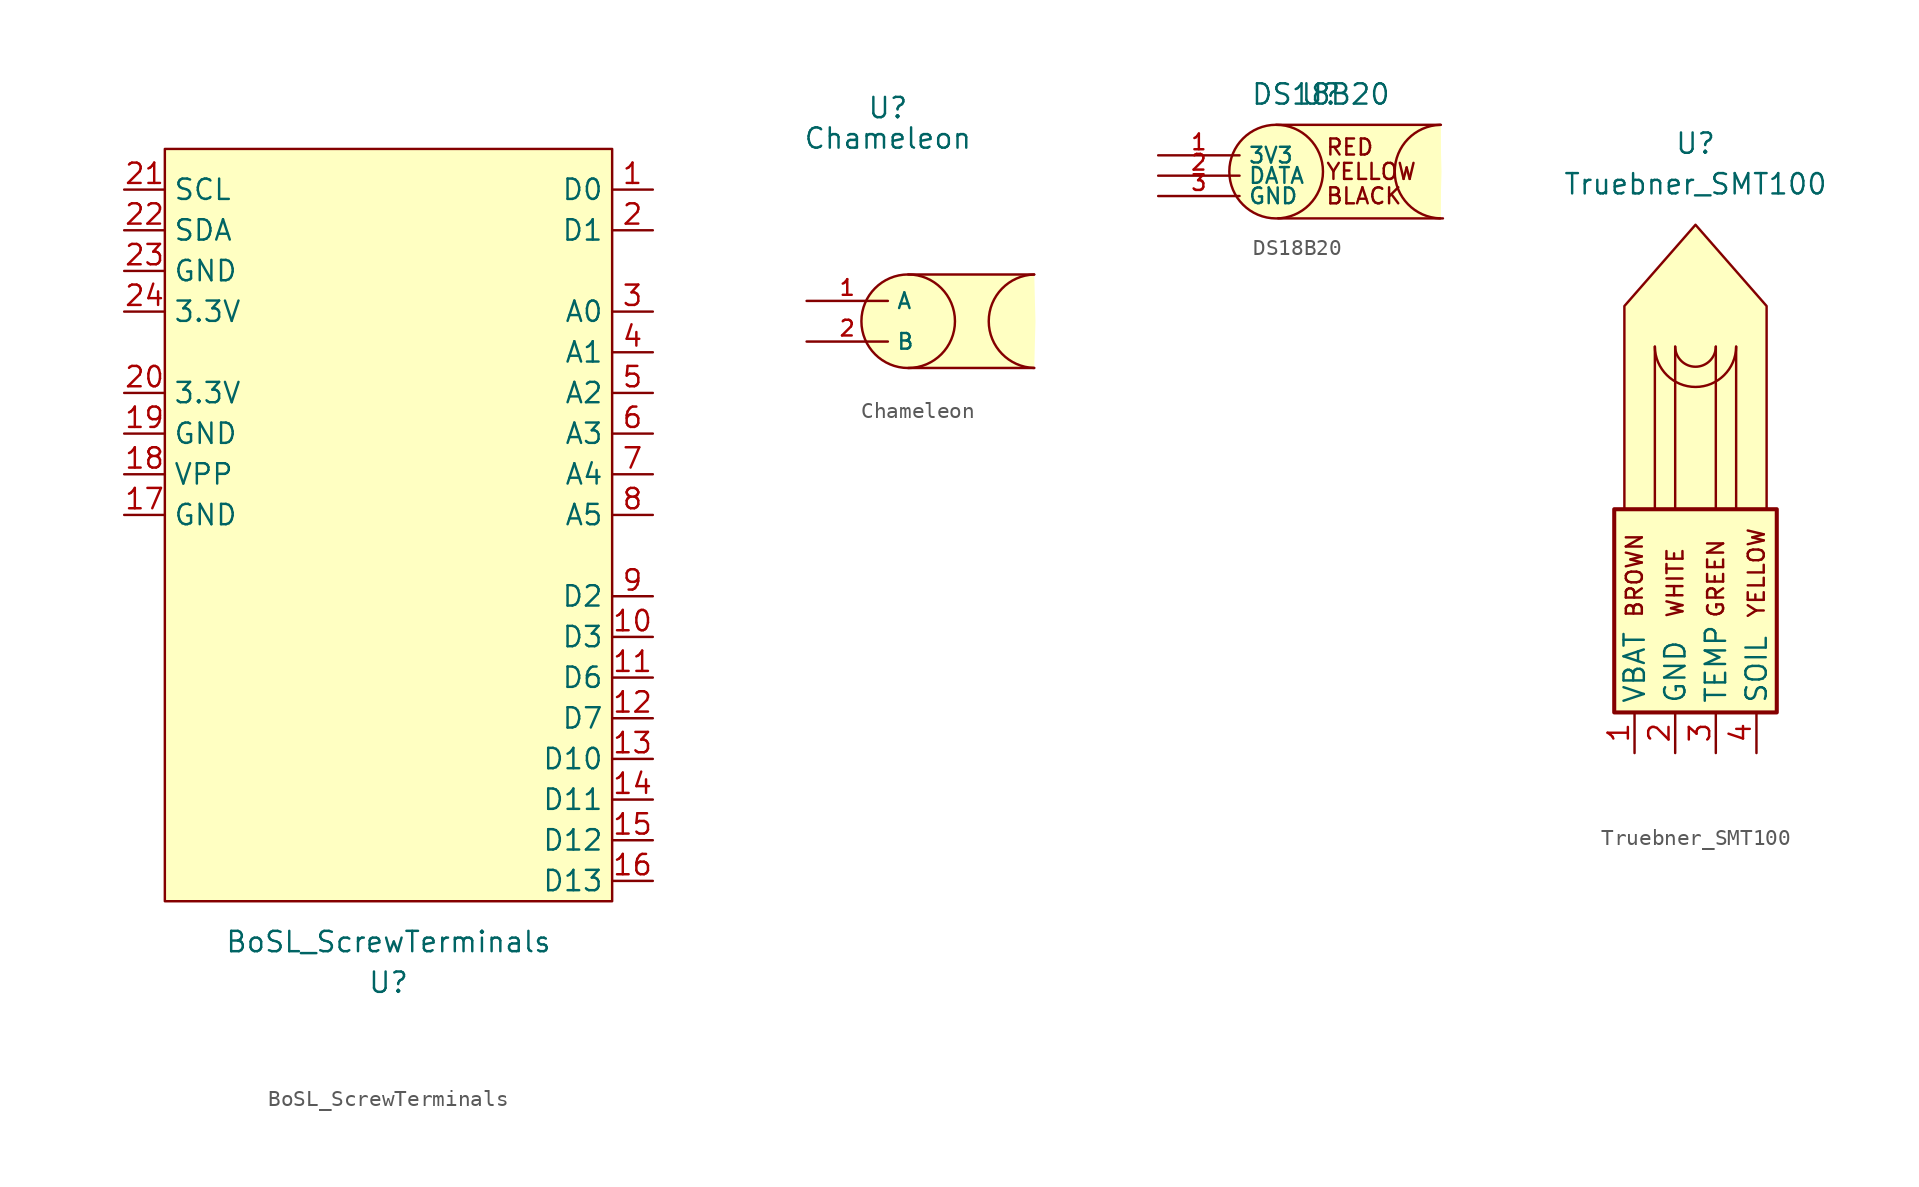
<source format=kicad_sym>
(kicad_symbol_lib
  (version 20211014)
  (generator kicad_symbol_editor)
  (symbol "BoSL_ScrewTerminals"
    (property "Reference" "U"
      (at 0 -34.29 0)
      (effects (font (size 1.27 1.27))))
    (property "Value" "BoSL_ScrewTerminals"
      (at 0 -31.75 0)
      (effects (font (size 1.27 1.27))))
    (symbol "BoSL_ScrewTerminals_0_1"
      (rectangle (start -13.97 17.78) (end 13.97 -29.21) (stroke (width 0) (type default) (color 0 0 0 0)) (fill (type background))))
    (symbol "BoSL_ScrewTerminals_1_1"
      (pin input line (at 16.51 15.24 180) (length 2.54) (name "D0" (effects (font (size 1.27 1.27)))) (number "1" (effects (font (size 1.27 1.27)))))
      (pin input line (at 16.51 -12.7 180) (length 2.54) (name "D3" (effects (font (size 1.27 1.27)))) (number "10" (effects (font (size 1.27 1.27)))))
      (pin input line (at 16.51 -15.24 180) (length 2.54) (name "D6" (effects (font (size 1.27 1.27)))) (number "11" (effects (font (size 1.27 1.27)))))
      (pin input line (at 16.51 -17.78 180) (length 2.54) (name "D7" (effects (font (size 1.27 1.27)))) (number "12" (effects (font (size 1.27 1.27)))))
      (pin input line (at 16.51 -20.32 180) (length 2.54) (name "D10" (effects (font (size 1.27 1.27)))) (number "13" (effects (font (size 1.27 1.27)))))
      (pin input line (at 16.51 -22.86 180) (length 2.54) (name "D11" (effects (font (size 1.27 1.27)))) (number "14" (effects (font (size 1.27 1.27)))))
      (pin input line (at 16.51 -25.4 180) (length 2.54) (name "D12" (effects (font (size 1.27 1.27)))) (number "15" (effects (font (size 1.27 1.27)))))
      (pin input line (at 16.51 -27.94 180) (length 2.54) (name "D13" (effects (font (size 1.27 1.27)))) (number "16" (effects (font (size 1.27 1.27)))))
      (pin input line (at -16.51 -5.08 0) (length 2.54) (name "GND" (effects (font (size 1.27 1.27)))) (number "17" (effects (font (size 1.27 1.27)))))
      (pin input line (at -16.51 -2.54 0) (length 2.54) (name "VPP" (effects (font (size 1.27 1.27)))) (number "18" (effects (font (size 1.27 1.27)))))
      (pin input line (at -16.51 0 0) (length 2.54) (name "GND" (effects (font (size 1.27 1.27)))) (number "19" (effects (font (size 1.27 1.27)))))
      (pin input line (at 16.51 12.7 180) (length 2.54) (name "D1" (effects (font (size 1.27 1.27)))) (number "2" (effects (font (size 1.27 1.27)))))
      (pin input line (at -16.51 2.54 0) (length 2.54) (name "3.3V" (effects (font (size 1.27 1.27)))) (number "20" (effects (font (size 1.27 1.27)))))
      (pin input line (at -16.51 15.24 0) (length 2.54) (name "SCL" (effects (font (size 1.27 1.27)))) (number "21" (effects (font (size 1.27 1.27)))))
      (pin input line (at -16.51 12.7 0) (length 2.54) (name "SDA" (effects (font (size 1.27 1.27)))) (number "22" (effects (font (size 1.27 1.27)))))
      (pin input line (at -16.51 10.16 0) (length 2.54) (name "GND" (effects (font (size 1.27 1.27)))) (number "23" (effects (font (size 1.27 1.27)))))
      (pin input line (at -16.51 7.62 0) (length 2.54) (name "3.3V" (effects (font (size 1.27 1.27)))) (number "24" (effects (font (size 1.27 1.27)))))
      (pin input line (at 16.51 7.62 180) (length 2.54) (name "A0" (effects (font (size 1.27 1.27)))) (number "3" (effects (font (size 1.27 1.27)))))
      (pin input line (at 16.51 5.08 180) (length 2.54) (name "A1" (effects (font (size 1.27 1.27)))) (number "4" (effects (font (size 1.27 1.27)))))
      (pin input line (at 16.51 2.54 180) (length 2.54) (name "A2" (effects (font (size 1.27 1.27)))) (number "5" (effects (font (size 1.27 1.27)))))
      (pin input line (at 16.51 0 180) (length 2.54) (name "A3" (effects (font (size 1.27 1.27)))) (number "6" (effects (font (size 1.27 1.27)))))
      (pin input line (at 16.51 -2.54 180) (length 2.54) (name "A4" (effects (font (size 1.27 1.27)))) (number "7" (effects (font (size 1.27 1.27)))))
      (pin input line (at 16.51 -5.08 180) (length 2.54) (name "A5" (effects (font (size 1.27 1.27)))) (number "8" (effects (font (size 1.27 1.27)))))
      (pin input line (at 16.51 -10.16 180) (length 2.54) (name "D2" (effects (font (size 1.27 1.27)))) (number "9" (effects (font (size 1.27 1.27)))))))
  (symbol "Chameleon"
    (property "Reference" "U"
      (at 0 13.335 0)
      (effects (font (size 1.27 1.27))))
    (property "Value" "Chameleon"
      (at 0 11.43 0)
      (effects (font (size 1.27 1.27))))
    (symbol "Chameleon_0_1"
      (polyline (pts (xy 9.144 -2.921) (xy 1.27 -2.921)) (stroke (width 0) (type default) (color 0 0 0 0)) (fill (type none)))
      (polyline (pts (xy 9.144 2.921) (xy 1.27 2.921)) (stroke (width 0) (type default) (color 0 0 0 0)) (fill (type none)))
      (circle (center 1.27 0) (radius 2.924) (stroke (width 0) (type default) (color 0 0 0 0)) (fill (type background)))
      (rectangle (start 1.27 2.921) (end 9.144 -2.921) (stroke (width -1) (type default) (color 0 0 0 0)) (fill (type background)))
      (arc (start 9.144 2.921) (mid 6.1381 0) (end 9.144 -2.921) (stroke (width 0) (type default) (color 0 0 0 0)) (fill (type background))))
    (symbol "Chameleon_1_1"
      (pin passive line (at -5.08 1.27 0) (length 5.08) (name "A" (effects (font (size 0.98 0.98)))) (number "1" (effects (font (size 0.98 0.98)))))
      (pin passive line (at -5.08 -1.27 0) (length 5.08) (name "B" (effects (font (size 0.98 0.98)))) (number "2" (effects (font (size 0.98 0.98)))))))
  (symbol "DS18B20"
    (property "Reference" "U"
      (at 0 0 0)
      (effects (font (size 1.27 1.27))))
    (property "Value" "DS18B20"
      (at 0 0 0)
      (effects (font (size 1.27 1.27))))
    (symbol "DS18B20_0_0"
      (text "BLACK" (at 0.254 -6.35 0) (effects (font (size 1 1)) (justify left)))
      (text "RED" (at 0.254 -3.302 0) (effects (font (size 1 1)) (justify left)))
      (text "YELLOW" (at 0.254 -4.826 0) (effects (font (size 1 1)) (justify left))))
    (symbol "DS18B20_0_1"
      (rectangle (start -2.921 -1.905) (end 7.493 -7.747) (stroke (width -1) (type default) (color 0 0 0 0)) (fill (type background)))
      (circle (center -2.794 -4.826) (radius 2.924) (stroke (width 0) (type default) (color 0 0 0 0)) (fill (type background)))
      (polyline (pts (xy 7.493 -1.905) (xy -2.794 -1.905)) (stroke (width 0) (type default) (color 0 0 0 0)) (fill (type none)))
      (polyline (pts (xy 7.62 -7.747) (xy -2.667 -7.747)) (stroke (width 0) (type default) (color 0 0 0 0)) (fill (type none)))
      (arc (start 7.4497 -1.905) (mid 4.4438 -4.826) (end 7.4497 -7.747) (stroke (width 0) (type default) (color 0 0 0 0)) (fill (type background))))
    (symbol "DS18B20_1_1"
      (pin power_in line (at -10.16 -3.81 0) (length 5.08) (name "3V3" (effects (font (size 0.98 0.98)))) (number "1" (effects (font (size 0.98 0.98)))))
      (pin bidirectional line (at -10.16 -5.08 0) (length 5.08) (name "DATA" (effects (font (size 0.98 0.98)))) (number "2" (effects (font (size 0.98 0.98)))))
      (pin power_in line (at -10.16 -6.35 0) (length 5.08) (name "GND" (effects (font (size 0.98 0.98)))) (number "3" (effects (font (size 0.98 0.98)))))))
  (symbol "Truebner_SMT100"
    (property "Reference" "U"
      (at 0 30.48 0)
      (effects (font (size 1.27 1.27))))
    (property "Value" "Truebner_SMT100"
      (at 0 27.94 0)
      (effects (font (size 1.27 1.27))))
    (symbol "Truebner_SMT100_0_0"
      (text "BROWN" (at -3.81 0.762 900) (effects (font (size 1 1)) (justify left)))
      (text "GREEN" (at 1.27 0.762 900) (effects (font (size 1 1)) (justify left)))
      (text "WHITE" (at -1.27 0.762 900) (effects (font (size 1 1)) (justify left)))
      (text "YELLOW" (at 3.81 0.762 900) (effects (font (size 1 1)) (justify left))))
    (symbol "Truebner_SMT100_0_1"
      (rectangle (start -5.08 7.62) (end 5.08 -5.08) (stroke (width 0.254) (type default) (color 0 0 0 0)) (fill (type background)))
      (arc (start -2.54 17.78) (mid 0 15.2174) (end 2.54 17.78) (stroke (width 0) (type default) (color 0 0 0 0)) (fill (type none)))
      (arc (start -1.27 17.78) (mid 0 16.494) (end 1.27 17.78) (stroke (width 0) (type default) (color 0 0 0 0)) (fill (type none)))
      (polyline (pts (xy -2.54 7.62) (xy -2.54 17.78)) (stroke (width 0) (type default) (color 0 0 0 0)) (fill (type none)))
      (polyline (pts (xy -1.27 7.62) (xy -1.27 17.78)) (stroke (width 0) (type default) (color 0 0 0 0)) (fill (type none)))
      (polyline (pts (xy 1.27 7.62) (xy 1.27 17.78)) (stroke (width 0) (type default) (color 0 0 0 0)) (fill (type none)))
      (polyline (pts (xy 2.54 7.62) (xy 2.54 17.78)) (stroke (width 0) (type default) (color 0 0 0 0)) (fill (type none)))
      (polyline (pts (xy -4.445 7.62) (xy -4.445 20.32) (xy 0 25.4) (xy 4.445 20.32) (xy 4.445 7.62) (xy -5.08 7.62)) (stroke (width 0) (type default) (color 0 0 0 0)) (fill (type background))))
    (symbol "Truebner_SMT100_1_1"
      (pin power_in line (at -3.81 -7.62 90) (length 2.54) (name "VBAT" (effects (font (size 1.27 1.27)))) (number "1" (effects (font (size 1.27 1.27)))))
      (pin power_in line (at -1.27 -7.62 90) (length 2.54) (name "GND" (effects (font (size 1.27 1.27)))) (number "2" (effects (font (size 1.27 1.27)))))
      (pin output line (at 1.27 -7.62 90) (length 2.54) (name "TEMP" (effects (font (size 1.27 1.27)))) (number "3" (effects (font (size 1.27 1.27)))))
      (pin output line (at 3.81 -7.62 90) (length 2.54) (name "SOIL" (effects (font (size 1.27 1.27)))) (number "4" (effects (font (size 1.27 1.27))))))))
</source>
